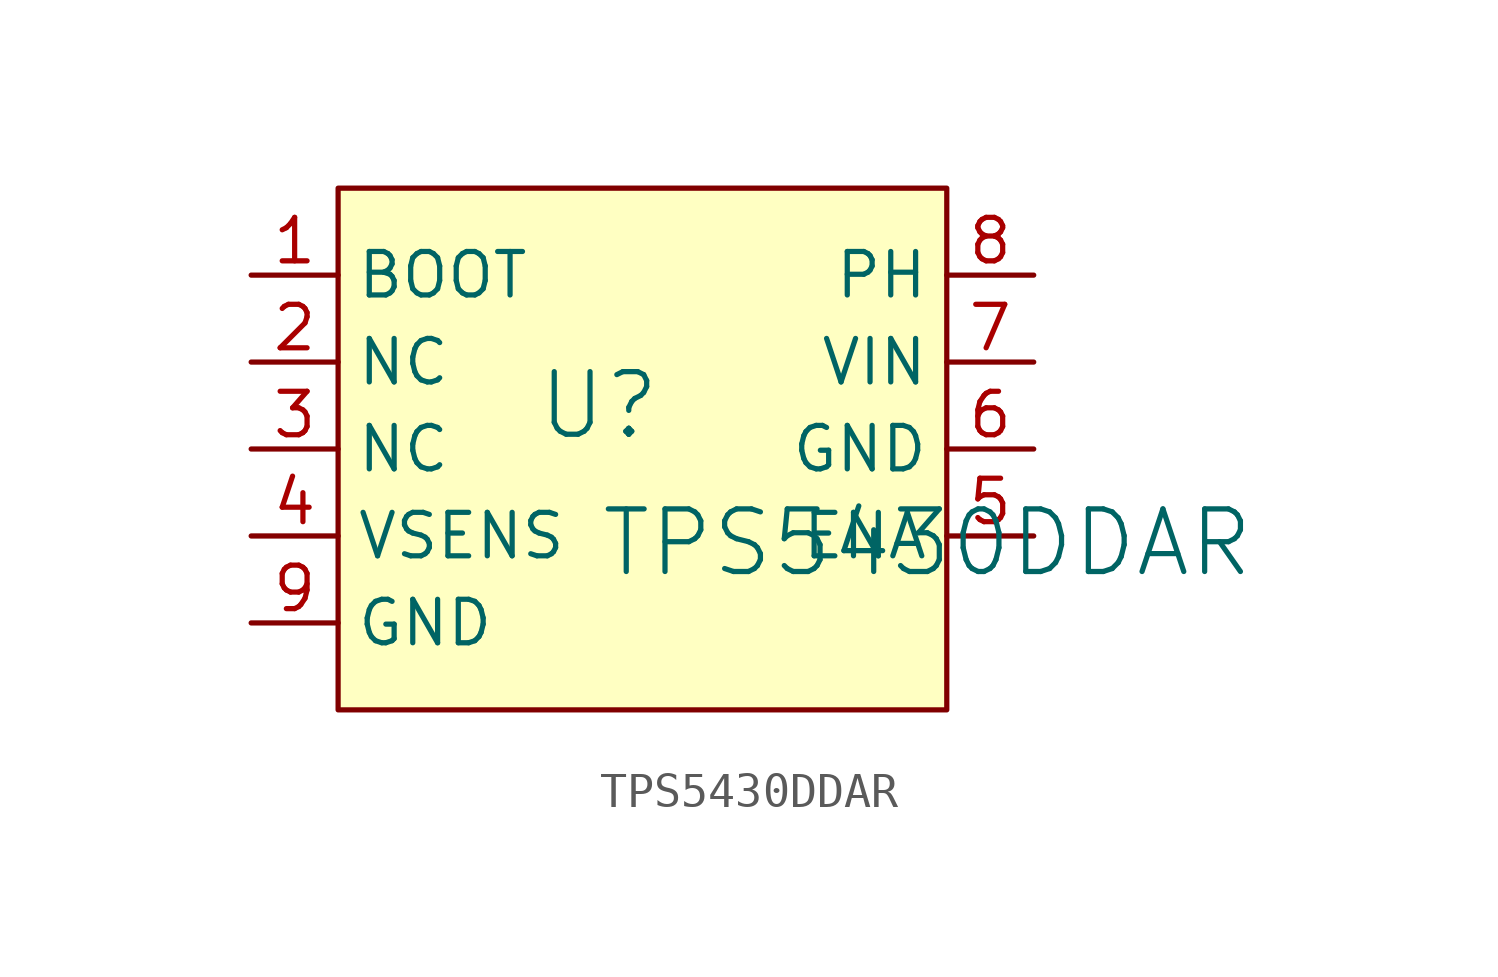
<source format=kicad_sym>
(kicad_symbol_lib
  (version 20241209)
  (generator "kicad_symbol_editor")
  (generator_version "9.0")
  (symbol "TPS5430DDAR"
    (property "Reference" "U"
      (at -1.27 1.27 0)
      (effects (font (size 1.829 1.829))))
    (property "Value" "TPS5430DDAR"
      (at -1.27 -3.81 0)
      (effects (font (size 1.829 1.829)) (justify left bottom)))
    (symbol "TPS5430DDAR_1_0"
      (rectangle (start 8.89 7.62) (end -8.89 -7.62) (stroke (width 0) (type solid) (color 128 0 0 1)) (fill (type background)))
      (pin passive line (at -11.43 5.08 0) (length 2.54) (name "BOOT" (effects (font (size 1.27 1.27)))) (number "1" (effects (font (size 1.27 1.27)))))
      (pin passive line (at -11.43 2.54 0) (length 2.54) (name "NC" (effects (font (size 1.27 1.27)))) (number "2" (effects (font (size 1.27 1.27)))))
      (pin passive line (at -11.43 0 0) (length 2.54) (name "NC" (effects (font (size 1.27 1.27)))) (number "3" (effects (font (size 1.27 1.27)))))
      (pin passive line (at -11.43 -2.54 0) (length 2.54) (name "VSENS" (effects (font (size 1.27 1.27)))) (number "4" (effects (font (size 1.27 1.27)))))
      (pin passive line (at -11.43 -5.08 0) (length 2.54) (name "GND" (effects (font (size 1.27 1.27)))) (number "9" (effects (font (size 1.27 1.27)))))
      (pin passive line (at 11.43 5.08 180) (length 2.54) (name "PH" (effects (font (size 1.27 1.27)))) (number "8" (effects (font (size 1.27 1.27)))))
      (pin passive line (at 11.43 2.54 180) (length 2.54) (name "VIN" (effects (font (size 1.27 1.27)))) (number "7" (effects (font (size 1.27 1.27)))))
      (pin passive line (at 11.43 0 180) (length 2.54) (name "GND" (effects (font (size 1.27 1.27)))) (number "6" (effects (font (size 1.27 1.27)))))
      (pin passive line (at 11.43 -2.54 180) (length 2.54) (name "ENA" (effects (font (size 1.27 1.27)))) (number "5" (effects (font (size 1.27 1.27))))))))
</source>
